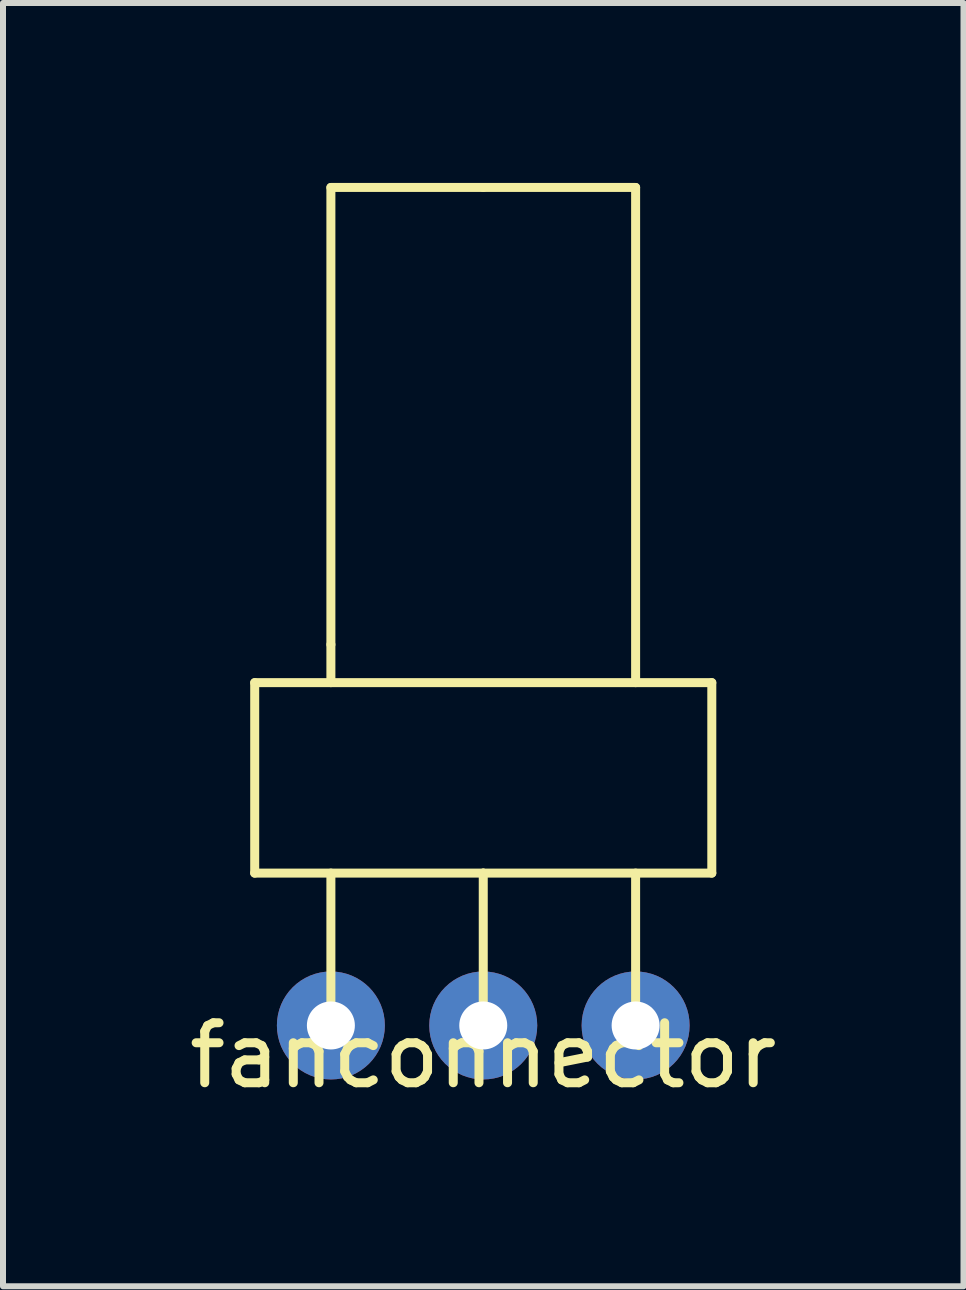
<source format=kicad_pcb>
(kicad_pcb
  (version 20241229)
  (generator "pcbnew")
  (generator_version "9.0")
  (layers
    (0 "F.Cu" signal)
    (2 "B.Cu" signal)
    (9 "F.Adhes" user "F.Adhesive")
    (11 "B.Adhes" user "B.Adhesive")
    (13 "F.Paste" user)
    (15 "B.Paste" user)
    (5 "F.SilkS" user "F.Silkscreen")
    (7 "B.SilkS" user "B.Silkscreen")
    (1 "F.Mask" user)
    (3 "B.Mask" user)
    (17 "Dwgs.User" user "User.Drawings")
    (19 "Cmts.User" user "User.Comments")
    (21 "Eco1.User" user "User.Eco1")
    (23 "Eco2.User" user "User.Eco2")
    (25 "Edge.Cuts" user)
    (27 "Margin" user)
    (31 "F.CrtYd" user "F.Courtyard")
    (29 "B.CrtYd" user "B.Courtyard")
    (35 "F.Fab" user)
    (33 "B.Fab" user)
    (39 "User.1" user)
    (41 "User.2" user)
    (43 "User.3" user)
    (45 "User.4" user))
  (footprint "fanconnector"
    (layer "F.Cu")
    (at 5.006 14.045)
    (property "Reference" "fanconnector" (at 0 0.5 0) (layer "F.SilkS") (effects (font (size 1 1) (thickness 0.15))))
    (attr through_hole)
    (fp_line (start -3.81 -5.715) (end 3.81 -5.715) (stroke (width 0.15) (type solid)) (layer "F.SilkS"))
    (fp_line (start -3.81 -2.54) (end -3.81 -5.715) (stroke (width 0.15) (type solid)) (layer "F.SilkS"))
    (fp_line (start -2.54 -13.97) (end -2.54 -6.35) (stroke (width 0.15) (type solid)) (layer "F.SilkS"))
    (fp_line (start -2.54 -6.35) (end -2.54 -5.715) (stroke (width 0.15) (type solid)) (layer "F.SilkS"))
    (fp_line (start -2.54 0) (end -2.54 -2.54) (stroke (width 0.15) (type solid)) (layer "F.SilkS"))
    (fp_line (start 0 -13.97) (end -2.54 -13.97) (stroke (width 0.15) (type solid)) (layer "F.SilkS"))
    (fp_line (start 0 -13.97) (end 2.54 -13.97) (stroke (width 0.15) (type solid)) (layer "F.SilkS"))
    (fp_line (start 0 -2.54) (end -3.81 -2.54) (stroke (width 0.15) (type solid)) (layer "F.SilkS"))
    (fp_line (start 0 -2.54) (end 3.81 -2.54) (stroke (width 0.15) (type solid)) (layer "F.SilkS"))
    (fp_line (start 0 0) (end 0 -2.54) (stroke (width 0.15) (type solid)) (layer "F.SilkS"))
    (fp_line (start 2.54 -13.97) (end 2.54 -5.715) (stroke (width 0.15) (type solid)) (layer "F.SilkS"))
    (fp_line (start 2.54 0) (end 2.54 -2.54) (stroke (width 0.15) (type solid)) (layer "F.SilkS"))
    (fp_line (start 3.81 -5.715) (end 3.81 -2.54) (stroke (width 0.15) (type solid)) (layer "F.SilkS"))
    (pad "1" thru_hole circle (at -2.54 0) (size 1.8 1.8) (drill 0.8) (layers "*.Cu" "*.Mask"))
    (pad "2" thru_hole circle (at 0 0) (size 1.8 1.8) (drill 0.8) (layers "*.Cu" "*.Mask"))
    (pad "3" thru_hole circle (at 2.54 0) (size 1.8 1.8) (drill 0.8) (layers "*.Cu" "*.Mask")))
  (gr_rect
    (start -3 -3)
    (end 13.012 18.393)
    (stroke (width 0.1) (type default))
    (fill no)
    (layer "Edge.Cuts")))
</source>
